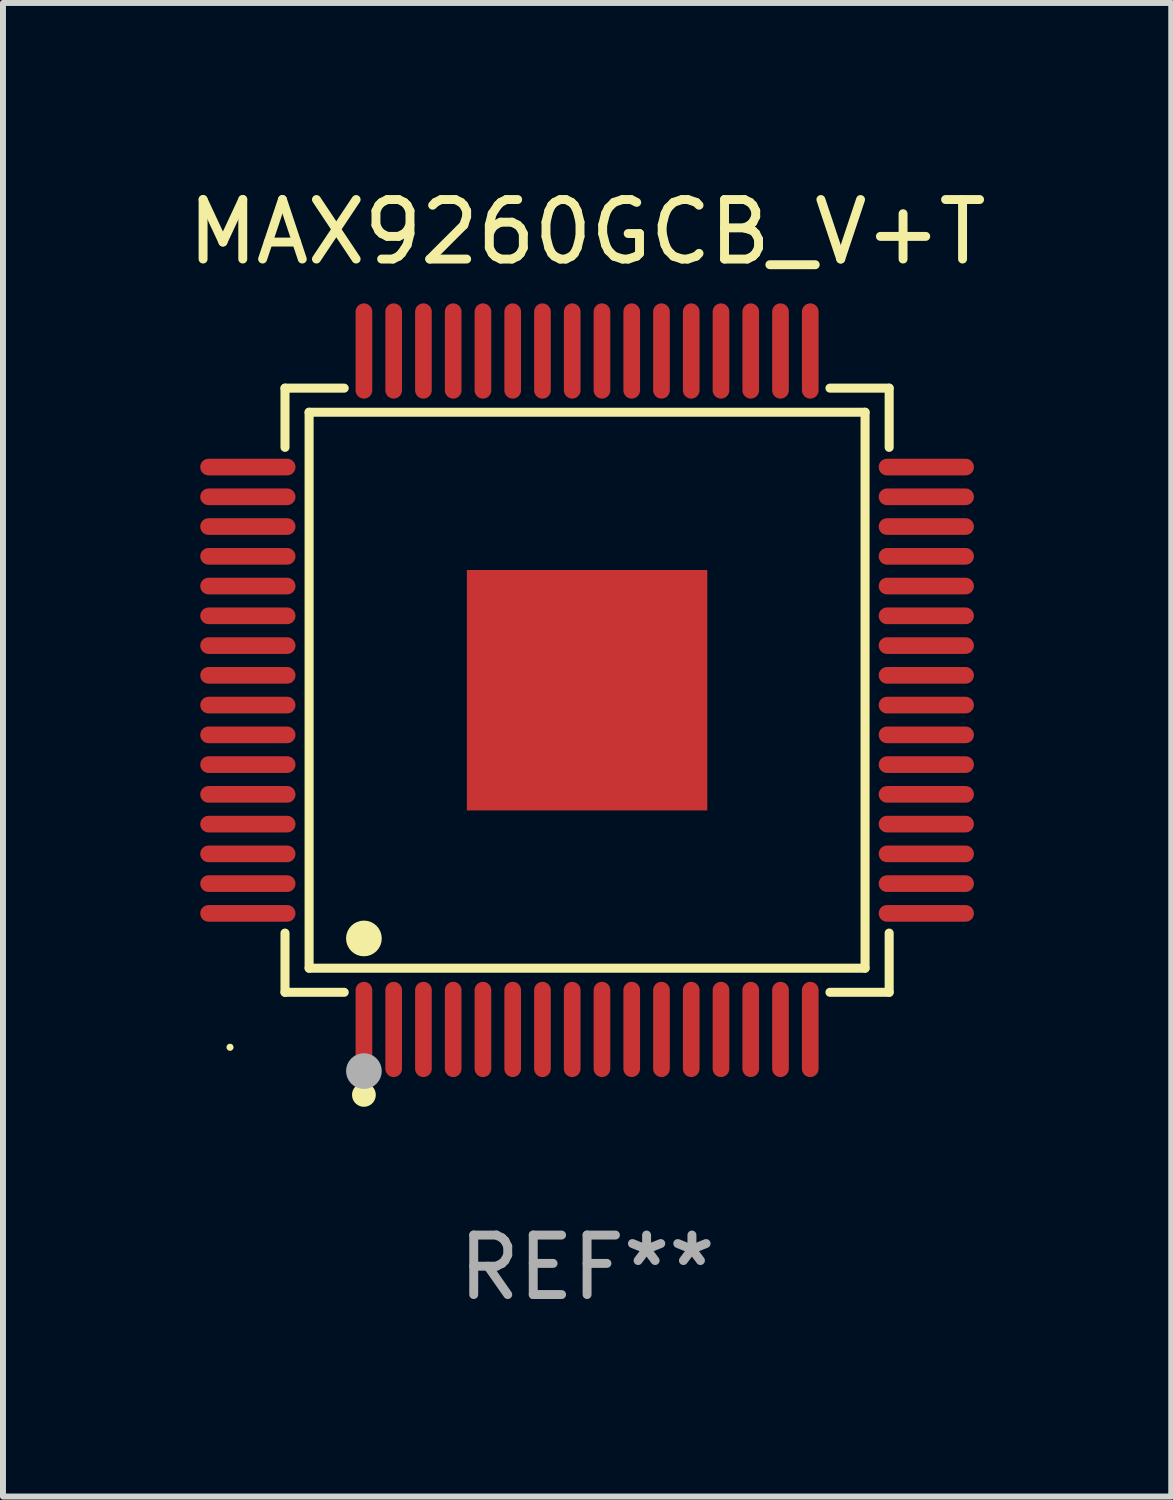
<source format=kicad_pcb>
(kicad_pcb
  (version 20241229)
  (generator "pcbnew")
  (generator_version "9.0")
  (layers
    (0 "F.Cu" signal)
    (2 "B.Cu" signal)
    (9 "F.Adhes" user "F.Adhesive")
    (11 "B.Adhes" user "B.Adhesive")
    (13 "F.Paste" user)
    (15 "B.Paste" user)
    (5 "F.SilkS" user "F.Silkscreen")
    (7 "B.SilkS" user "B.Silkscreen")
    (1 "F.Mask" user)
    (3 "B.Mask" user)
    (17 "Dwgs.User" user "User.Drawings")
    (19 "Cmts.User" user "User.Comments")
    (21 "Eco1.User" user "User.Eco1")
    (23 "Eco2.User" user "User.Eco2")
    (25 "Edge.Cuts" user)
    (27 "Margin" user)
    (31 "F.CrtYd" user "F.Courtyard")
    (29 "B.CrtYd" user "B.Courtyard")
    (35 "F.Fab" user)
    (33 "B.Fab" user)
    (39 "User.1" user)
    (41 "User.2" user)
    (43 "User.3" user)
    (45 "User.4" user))
  (footprint "MAX9260GCB_V+T"
    (layer "F.Cu")
    (at 6.815 8.548)
    (property "Reference" "MAX9260GCB_V+T" (at 0 -7.7 0) (layer "F.SilkS") (effects (font (size 1 1) (thickness 0.15))))
    (attr through_hole)
    (fp_line (start -5.076 -5.076) (end -4.081 -5.076) (stroke (width 0.152) (type solid)) (layer "F.SilkS"))
    (fp_line (start -5.076 -4.081) (end -5.076 -5.076) (stroke (width 0.152) (type solid)) (layer "F.SilkS"))
    (fp_line (start -5.076 4.081) (end -5.076 5.076) (stroke (width 0.152) (type solid)) (layer "F.SilkS"))
    (fp_line (start -5.076 5.076) (end -4.081 5.076) (stroke (width 0.152) (type solid)) (layer "F.SilkS"))
    (fp_line (start -4.671 -4.671) (end 4.671 -4.671) (stroke (width 0.152) (type solid)) (layer "F.SilkS"))
    (fp_line (start -4.671 4.671) (end -4.671 -4.671) (stroke (width 0.152) (type solid)) (layer "F.SilkS"))
    (fp_line (start 4.671 -4.671) (end 4.671 4.671) (stroke (width 0.152) (type solid)) (layer "F.SilkS"))
    (fp_line (start 4.671 4.671) (end -4.671 4.671) (stroke (width 0.152) (type solid)) (layer "F.SilkS"))
    (fp_line (start 5.076 -5.076) (end 4.081 -5.076) (stroke (width 0.152) (type solid)) (layer "F.SilkS"))
    (fp_line (start 5.076 -4.081) (end 5.076 -5.076) (stroke (width 0.152) (type solid)) (layer "F.SilkS"))
    (fp_line (start 5.076 4.081) (end 5.076 5.076) (stroke (width 0.152) (type solid)) (layer "F.SilkS"))
    (fp_line (start 5.076 5.076) (end 4.081 5.076) (stroke (width 0.152) (type solid)) (layer "F.SilkS"))
    (fp_circle (center -6 6) (end -5.97 6) (stroke (width 0.06) (type solid)) (fill no) (layer "F.SilkS"))
    (fp_circle (center -3.75 4.171) (end -3.6 4.171) (stroke (width 0.3) (type solid)) (fill no) (layer "F.SilkS"))
    (fp_circle (center -3.75 6.8) (end -3.65 6.8) (stroke (width 0.2) (type solid)) (fill no) (layer "F.SilkS"))
    (fp_circle (center -3.75 6.4) (end -3.6 6.4) (stroke (width 0.3) (type solid)) (fill no) (layer "F.Fab"))
    (fp_text user "REF**" (at 0 9.7 0) (layer "F.Fab") (effects (font (size 1 1) (thickness 0.15))))
    (pad "1" smd oval (at -3.75 5.7) (size 0.28 1.6) (layers "F.Cu" "F.Mask" "F.Paste"))
    (pad "2" smd oval (at -3.25 5.7) (size 0.28 1.6) (layers "F.Cu" "F.Mask" "F.Paste"))
    (pad "3" smd oval (at -2.75 5.7) (size 0.28 1.6) (layers "F.Cu" "F.Mask" "F.Paste"))
    (pad "4" smd oval (at -2.25 5.7) (size 0.28 1.6) (layers "F.Cu" "F.Mask" "F.Paste"))
    (pad "5" smd oval (at -1.75 5.7) (size 0.28 1.6) (layers "F.Cu" "F.Mask" "F.Paste"))
    (pad "6" smd oval (at -1.25 5.7) (size 0.28 1.6) (layers "F.Cu" "F.Mask" "F.Paste"))
    (pad "7" smd oval (at -0.75 5.7) (size 0.28 1.6) (layers "F.Cu" "F.Mask" "F.Paste"))
    (pad "8" smd oval (at -0.25 5.7) (size 0.28 1.6) (layers "F.Cu" "F.Mask" "F.Paste"))
    (pad "9" smd oval (at 0.25 5.7) (size 0.28 1.6) (layers "F.Cu" "F.Mask" "F.Paste"))
    (pad "10" smd oval (at 0.75 5.7) (size 0.28 1.6) (layers "F.Cu" "F.Mask" "F.Paste"))
    (pad "11" smd oval (at 1.25 5.7) (size 0.28 1.6) (layers "F.Cu" "F.Mask" "F.Paste"))
    (pad "12" smd oval (at 1.75 5.7) (size 0.28 1.6) (layers "F.Cu" "F.Mask" "F.Paste"))
    (pad "13" smd oval (at 2.25 5.7) (size 0.28 1.6) (layers "F.Cu" "F.Mask" "F.Paste"))
    (pad "14" smd oval (at 2.75 5.7) (size 0.28 1.6) (layers "F.Cu" "F.Mask" "F.Paste"))
    (pad "15" smd oval (at 3.25 5.7) (size 0.28 1.6) (layers "F.Cu" "F.Mask" "F.Paste"))
    (pad "16" smd oval (at 3.75 5.7) (size 0.28 1.6) (layers "F.Cu" "F.Mask" "F.Paste"))
    (pad "17" smd oval (at 5.7 3.75) (size 1.6 0.28) (layers "F.Cu" "F.Mask" "F.Paste"))
    (pad "18" smd oval (at 5.7 3.25) (size 1.6 0.28) (layers "F.Cu" "F.Mask" "F.Paste"))
    (pad "19" smd oval (at 5.7 2.75) (size 1.6 0.28) (layers "F.Cu" "F.Mask" "F.Paste"))
    (pad "20" smd oval (at 5.7 2.25) (size 1.6 0.28) (layers "F.Cu" "F.Mask" "F.Paste"))
    (pad "21" smd oval (at 5.7 1.75) (size 1.6 0.28) (layers "F.Cu" "F.Mask" "F.Paste"))
    (pad "22" smd oval (at 5.7 1.25) (size 1.6 0.28) (layers "F.Cu" "F.Mask" "F.Paste"))
    (pad "23" smd oval (at 5.7 0.75) (size 1.6 0.28) (layers "F.Cu" "F.Mask" "F.Paste"))
    (pad "24" smd oval (at 5.7 0.25) (size 1.6 0.28) (layers "F.Cu" "F.Mask" "F.Paste"))
    (pad "25" smd oval (at 5.7 -0.25) (size 1.6 0.28) (layers "F.Cu" "F.Mask" "F.Paste"))
    (pad "26" smd oval (at 5.7 -0.75) (size 1.6 0.28) (layers "F.Cu" "F.Mask" "F.Paste"))
    (pad "27" smd oval (at 5.7 -1.25) (size 1.6 0.28) (layers "F.Cu" "F.Mask" "F.Paste"))
    (pad "28" smd oval (at 5.7 -1.75) (size 1.6 0.28) (layers "F.Cu" "F.Mask" "F.Paste"))
    (pad "29" smd oval (at 5.7 -2.25) (size 1.6 0.28) (layers "F.Cu" "F.Mask" "F.Paste"))
    (pad "30" smd oval (at 5.7 -2.75) (size 1.6 0.28) (layers "F.Cu" "F.Mask" "F.Paste"))
    (pad "31" smd oval (at 5.7 -3.25) (size 1.6 0.28) (layers "F.Cu" "F.Mask" "F.Paste"))
    (pad "32" smd oval (at 5.7 -3.75) (size 1.6 0.28) (layers "F.Cu" "F.Mask" "F.Paste"))
    (pad "33" smd oval (at 3.75 -5.7) (size 0.28 1.6) (layers "F.Cu" "F.Mask" "F.Paste"))
    (pad "34" smd oval (at 3.25 -5.7) (size 0.28 1.6) (layers "F.Cu" "F.Mask" "F.Paste"))
    (pad "35" smd oval (at 2.75 -5.7) (size 0.28 1.6) (layers "F.Cu" "F.Mask" "F.Paste"))
    (pad "36" smd oval (at 2.25 -5.7) (size 0.28 1.6) (layers "F.Cu" "F.Mask" "F.Paste"))
    (pad "37" smd oval (at 1.75 -5.7) (size 0.28 1.6) (layers "F.Cu" "F.Mask" "F.Paste"))
    (pad "38" smd oval (at 1.25 -5.7) (size 0.28 1.6) (layers "F.Cu" "F.Mask" "F.Paste"))
    (pad "39" smd oval (at 0.75 -5.7) (size 0.28 1.6) (layers "F.Cu" "F.Mask" "F.Paste"))
    (pad "40" smd oval (at 0.25 -5.7) (size 0.28 1.6) (layers "F.Cu" "F.Mask" "F.Paste"))
    (pad "41" smd oval (at -0.25 -5.7) (size 0.28 1.6) (layers "F.Cu" "F.Mask" "F.Paste"))
    (pad "42" smd oval (at -0.75 -5.7) (size 0.28 1.6) (layers "F.Cu" "F.Mask" "F.Paste"))
    (pad "43" smd oval (at -1.25 -5.7) (size 0.28 1.6) (layers "F.Cu" "F.Mask" "F.Paste"))
    (pad "44" smd oval (at -1.75 -5.7) (size 0.28 1.6) (layers "F.Cu" "F.Mask" "F.Paste"))
    (pad "45" smd oval (at -2.25 -5.7) (size 0.28 1.6) (layers "F.Cu" "F.Mask" "F.Paste"))
    (pad "46" smd oval (at -2.75 -5.7) (size 0.28 1.6) (layers "F.Cu" "F.Mask" "F.Paste"))
    (pad "47" smd oval (at -3.25 -5.7) (size 0.28 1.6) (layers "F.Cu" "F.Mask" "F.Paste"))
    (pad "48" smd oval (at -3.75 -5.7) (size 0.28 1.6) (layers "F.Cu" "F.Mask" "F.Paste"))
    (pad "49" smd oval (at -5.7 -3.75) (size 1.6 0.28) (layers "F.Cu" "F.Mask" "F.Paste"))
    (pad "50" smd oval (at -5.7 -3.25) (size 1.6 0.28) (layers "F.Cu" "F.Mask" "F.Paste"))
    (pad "51" smd oval (at -5.7 -2.75) (size 1.6 0.28) (layers "F.Cu" "F.Mask" "F.Paste"))
    (pad "52" smd oval (at -5.7 -2.25) (size 1.6 0.28) (layers "F.Cu" "F.Mask" "F.Paste"))
    (pad "53" smd oval (at -5.7 -1.75) (size 1.6 0.28) (layers "F.Cu" "F.Mask" "F.Paste"))
    (pad "54" smd oval (at -5.7 -1.25) (size 1.6 0.28) (layers "F.Cu" "F.Mask" "F.Paste"))
    (pad "55" smd oval (at -5.7 -0.75) (size 1.6 0.28) (layers "F.Cu" "F.Mask" "F.Paste"))
    (pad "56" smd oval (at -5.7 -0.25) (size 1.6 0.28) (layers "F.Cu" "F.Mask" "F.Paste"))
    (pad "57" smd oval (at -5.7 0.25) (size 1.6 0.28) (layers "F.Cu" "F.Mask" "F.Paste"))
    (pad "58" smd oval (at -5.7 0.75) (size 1.6 0.28) (layers "F.Cu" "F.Mask" "F.Paste"))
    (pad "59" smd oval (at -5.7 1.25) (size 1.6 0.28) (layers "F.Cu" "F.Mask" "F.Paste"))
    (pad "60" smd oval (at -5.7 1.75) (size 1.6 0.28) (layers "F.Cu" "F.Mask" "F.Paste"))
    (pad "61" smd oval (at -5.7 2.25) (size 1.6 0.28) (layers "F.Cu" "F.Mask" "F.Paste"))
    (pad "62" smd oval (at -5.7 2.75) (size 1.6 0.28) (layers "F.Cu" "F.Mask" "F.Paste"))
    (pad "63" smd oval (at -5.7 3.25) (size 1.6 0.28) (layers "F.Cu" "F.Mask" "F.Paste"))
    (pad "64" smd oval (at -5.7 3.75) (size 1.6 0.28) (layers "F.Cu" "F.Mask" "F.Paste"))
    (pad "65" smd rect (at 0 0) (size 4.04 4.04) (layers "F.Cu" "F.Mask" "F.Paste")))
  (gr_rect
    (start -3 -3)
    (end 16.631 22.097)
    (stroke (width 0.1) (type default))
    (fill no)
    (layer "Edge.Cuts")))
</source>
